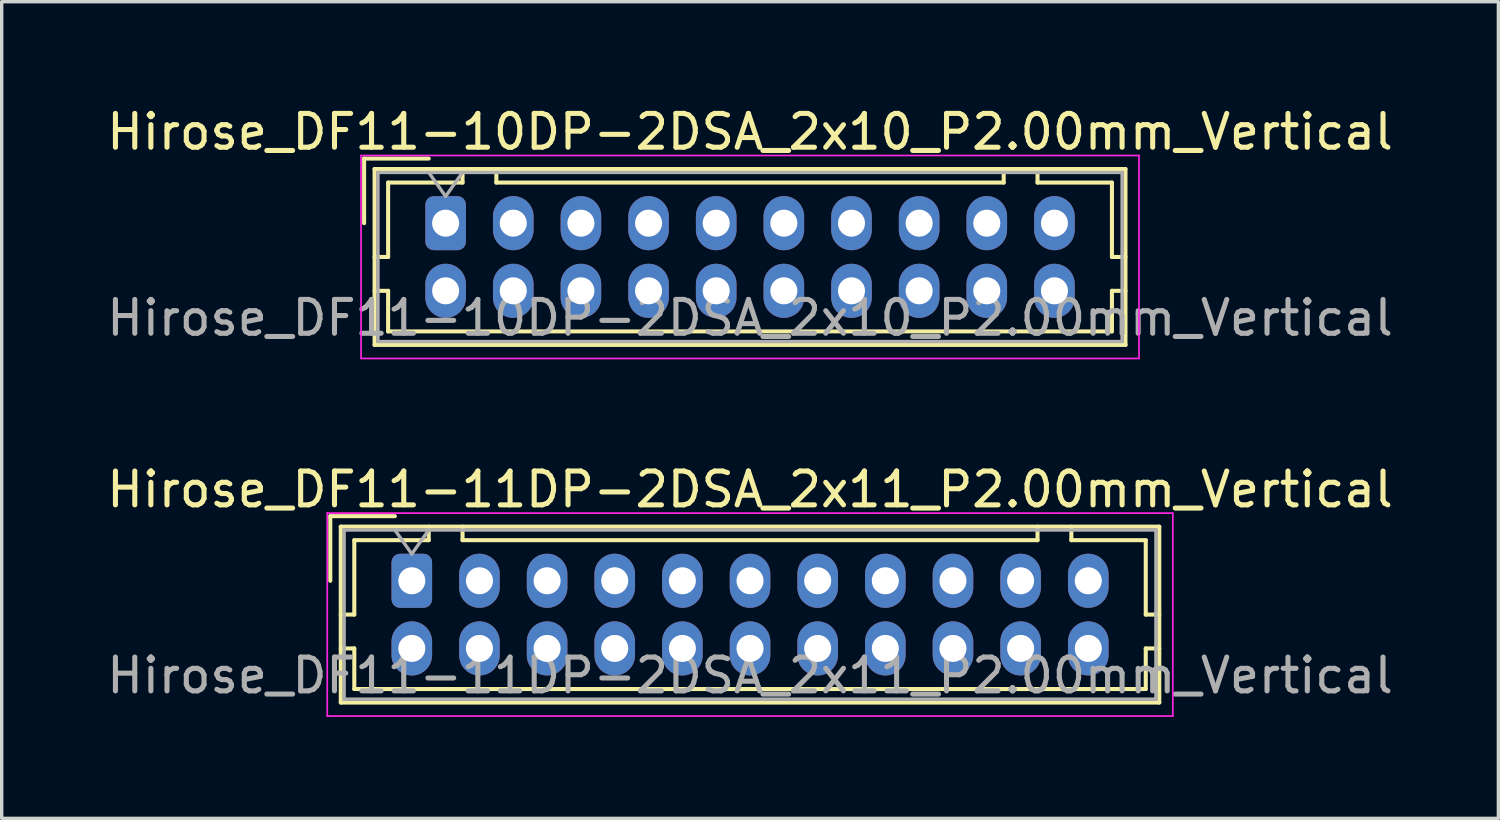
<source format=kicad_pcb>
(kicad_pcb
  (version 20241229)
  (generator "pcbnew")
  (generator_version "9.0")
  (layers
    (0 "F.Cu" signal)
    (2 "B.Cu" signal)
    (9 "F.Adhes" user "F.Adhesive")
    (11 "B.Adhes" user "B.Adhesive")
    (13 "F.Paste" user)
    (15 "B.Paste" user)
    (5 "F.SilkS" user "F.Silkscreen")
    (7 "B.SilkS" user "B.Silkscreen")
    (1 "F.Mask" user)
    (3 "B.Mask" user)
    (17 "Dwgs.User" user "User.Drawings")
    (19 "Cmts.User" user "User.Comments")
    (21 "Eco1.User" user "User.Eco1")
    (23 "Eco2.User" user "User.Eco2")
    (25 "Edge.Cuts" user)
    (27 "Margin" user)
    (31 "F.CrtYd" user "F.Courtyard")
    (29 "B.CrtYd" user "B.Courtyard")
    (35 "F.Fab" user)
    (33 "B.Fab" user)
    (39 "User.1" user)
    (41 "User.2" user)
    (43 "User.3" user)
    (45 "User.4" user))
  (footprint "Hirose_DF11-10DP-2DSA_2x10_P2.00mm_Vertical"
    (layer "F.Cu")
    (at 10.125 3.548)
    (property "Reference" "Hirose_DF11-10DP-2DSA_2x10_P2.00mm_Vertical" (at 9 -2.7 0) (layer "F.SilkS") (effects (font (size 1 1) (thickness 0.15))))
    (attr through_hole)
    (fp_line (start -2.41 -1.91) (end -0.5 -1.91) (stroke (width 0.12) (type solid)) (layer "F.SilkS"))
    (fp_line (start -2.41 0) (end -2.41 -1.91) (stroke (width 0.12) (type solid)) (layer "F.SilkS"))
    (fp_line (start -2.1 -1.6) (end -2.1 3.6) (stroke (width 0.12) (type solid)) (layer "F.SilkS"))
    (fp_line (start -2.1 1) (end -1.7 1) (stroke (width 0.12) (type solid)) (layer "F.SilkS"))
    (fp_line (start -2.1 2) (end -1.7 2) (stroke (width 0.12) (type solid)) (layer "F.SilkS"))
    (fp_line (start -2.1 3.6) (end 20.1 3.6) (stroke (width 0.12) (type solid)) (layer "F.SilkS"))
    (fp_line (start -1.7 -1.2) (end 0.5 -1.2) (stroke (width 0.12) (type solid)) (layer "F.SilkS"))
    (fp_line (start -1.7 1) (end -1.7 -1.2) (stroke (width 0.12) (type solid)) (layer "F.SilkS"))
    (fp_line (start -1.7 2) (end -1.7 3.2) (stroke (width 0.12) (type solid)) (layer "F.SilkS"))
    (fp_line (start -1.7 3.2) (end 19.7 3.2) (stroke (width 0.12) (type solid)) (layer "F.SilkS"))
    (fp_line (start 0.5 -1.2) (end 0.5 -1.6) (stroke (width 0.12) (type solid)) (layer "F.SilkS"))
    (fp_line (start 1.5 -1.6) (end 1.5 -1.2) (stroke (width 0.12) (type solid)) (layer "F.SilkS"))
    (fp_line (start 1.5 -1.2) (end 16.5 -1.2) (stroke (width 0.12) (type solid)) (layer "F.SilkS"))
    (fp_line (start 16.5 -1.2) (end 16.5 -1.6) (stroke (width 0.12) (type solid)) (layer "F.SilkS"))
    (fp_line (start 17.5 -1.2) (end 17.5 -1.6) (stroke (width 0.12) (type solid)) (layer "F.SilkS"))
    (fp_line (start 19.7 -1.2) (end 17.5 -1.2) (stroke (width 0.12) (type solid)) (layer "F.SilkS"))
    (fp_line (start 19.7 1) (end 19.7 -1.2) (stroke (width 0.12) (type solid)) (layer "F.SilkS"))
    (fp_line (start 19.7 2) (end 20.1 2) (stroke (width 0.12) (type solid)) (layer "F.SilkS"))
    (fp_line (start 19.7 3.2) (end 19.7 2) (stroke (width 0.12) (type solid)) (layer "F.SilkS"))
    (fp_line (start 20.1 -1.6) (end -2.1 -1.6) (stroke (width 0.12) (type solid)) (layer "F.SilkS"))
    (fp_line (start 20.1 1) (end 19.7 1) (stroke (width 0.12) (type solid)) (layer "F.SilkS"))
    (fp_line (start 20.1 3.6) (end 20.1 -1.6) (stroke (width 0.12) (type solid)) (layer "F.SilkS"))
    (fp_line (start -2.5 -2) (end -2.5 4) (stroke (width 0.05) (type solid)) (layer "F.CrtYd"))
    (fp_line (start -2.5 4) (end 20.5 4) (stroke (width 0.05) (type solid)) (layer "F.CrtYd"))
    (fp_line (start 20.5 -2) (end -2.5 -2) (stroke (width 0.05) (type solid)) (layer "F.CrtYd"))
    (fp_line (start 20.5 4) (end 20.5 -2) (stroke (width 0.05) (type solid)) (layer "F.CrtYd"))
    (fp_line (start -2 -1.5) (end -2 3.5) (stroke (width 0.1) (type solid)) (layer "F.Fab"))
    (fp_line (start -2 3.5) (end 20 3.5) (stroke (width 0.1) (type solid)) (layer "F.Fab"))
    (fp_line (start -0.5 -1.5) (end 0 -0.793) (stroke (width 0.1) (type solid)) (layer "F.Fab"))
    (fp_line (start 0 -0.793) (end 0.5 -1.5) (stroke (width 0.1) (type solid)) (layer "F.Fab"))
    (fp_line (start 20 -1.5) (end -2 -1.5) (stroke (width 0.1) (type solid)) (layer "F.Fab"))
    (fp_line (start 20 3.5) (end 20 -1.5) (stroke (width 0.1) (type solid)) (layer "F.Fab"))
    (fp_text user "${REFERENCE}" (at 9 2.8 0) (layer "F.Fab") (effects (font (size 1 1) (thickness 0.15))))
    (pad "1" thru_hole roundrect (at 0 0) (size 1.2 1.6) (drill 0.8) (layers "*.Cu" "*.Mask") (roundrect_rratio 0.208))
    (pad "2" thru_hole oval (at 0 2) (size 1.2 1.6) (drill 0.8) (layers "*.Cu" "*.Mask"))
    (pad "3" thru_hole oval (at 2 0) (size 1.2 1.6) (drill 0.8) (layers "*.Cu" "*.Mask"))
    (pad "4" thru_hole oval (at 2 2) (size 1.2 1.6) (drill 0.8) (layers "*.Cu" "*.Mask"))
    (pad "5" thru_hole oval (at 4 0) (size 1.2 1.6) (drill 0.8) (layers "*.Cu" "*.Mask"))
    (pad "6" thru_hole oval (at 4 2) (size 1.2 1.6) (drill 0.8) (layers "*.Cu" "*.Mask"))
    (pad "7" thru_hole oval (at 6 0) (size 1.2 1.6) (drill 0.8) (layers "*.Cu" "*.Mask"))
    (pad "8" thru_hole oval (at 6 2) (size 1.2 1.6) (drill 0.8) (layers "*.Cu" "*.Mask"))
    (pad "9" thru_hole oval (at 8 0) (size 1.2 1.6) (drill 0.8) (layers "*.Cu" "*.Mask"))
    (pad "10" thru_hole oval (at 8 2) (size 1.2 1.6) (drill 0.8) (layers "*.Cu" "*.Mask"))
    (pad "11" thru_hole oval (at 10 0) (size 1.2 1.6) (drill 0.8) (layers "*.Cu" "*.Mask"))
    (pad "12" thru_hole oval (at 10 2) (size 1.2 1.6) (drill 0.8) (layers "*.Cu" "*.Mask"))
    (pad "13" thru_hole oval (at 12 0) (size 1.2 1.6) (drill 0.8) (layers "*.Cu" "*.Mask"))
    (pad "14" thru_hole oval (at 12 2) (size 1.2 1.6) (drill 0.8) (layers "*.Cu" "*.Mask"))
    (pad "15" thru_hole oval (at 14 0) (size 1.2 1.6) (drill 0.8) (layers "*.Cu" "*.Mask"))
    (pad "16" thru_hole oval (at 14 2) (size 1.2 1.6) (drill 0.8) (layers "*.Cu" "*.Mask"))
    (pad "17" thru_hole oval (at 16 0) (size 1.2 1.6) (drill 0.8) (layers "*.Cu" "*.Mask"))
    (pad "18" thru_hole oval (at 16 2) (size 1.2 1.6) (drill 0.8) (layers "*.Cu" "*.Mask"))
    (pad "19" thru_hole oval (at 18 0) (size 1.2 1.6) (drill 0.8) (layers "*.Cu" "*.Mask"))
    (pad "20" thru_hole oval (at 18 2) (size 1.2 1.6) (drill 0.8) (layers "*.Cu" "*.Mask")))
  (footprint "Hirose_DF11-11DP-2DSA_2x11_P2.00mm_Vertical"
    (layer "F.Cu")
    (at 9.125 14.121)
    (property "Reference" "Hirose_DF11-11DP-2DSA_2x11_P2.00mm_Vertical" (at 10 -2.7 0) (layer "F.SilkS") (effects (font (size 1 1) (thickness 0.15))))
    (attr through_hole)
    (fp_line (start -2.41 -1.91) (end -0.5 -1.91) (stroke (width 0.12) (type solid)) (layer "F.SilkS"))
    (fp_line (start -2.41 0) (end -2.41 -1.91) (stroke (width 0.12) (type solid)) (layer "F.SilkS"))
    (fp_line (start -2.1 -1.6) (end -2.1 3.6) (stroke (width 0.12) (type solid)) (layer "F.SilkS"))
    (fp_line (start -2.1 1) (end -1.7 1) (stroke (width 0.12) (type solid)) (layer "F.SilkS"))
    (fp_line (start -2.1 2) (end -1.7 2) (stroke (width 0.12) (type solid)) (layer "F.SilkS"))
    (fp_line (start -2.1 3.6) (end 22.1 3.6) (stroke (width 0.12) (type solid)) (layer "F.SilkS"))
    (fp_line (start -1.7 -1.2) (end 0.5 -1.2) (stroke (width 0.12) (type solid)) (layer "F.SilkS"))
    (fp_line (start -1.7 1) (end -1.7 -1.2) (stroke (width 0.12) (type solid)) (layer "F.SilkS"))
    (fp_line (start -1.7 2) (end -1.7 3.2) (stroke (width 0.12) (type solid)) (layer "F.SilkS"))
    (fp_line (start -1.7 3.2) (end 21.7 3.2) (stroke (width 0.12) (type solid)) (layer "F.SilkS"))
    (fp_line (start 0.5 -1.2) (end 0.5 -1.6) (stroke (width 0.12) (type solid)) (layer "F.SilkS"))
    (fp_line (start 1.5 -1.6) (end 1.5 -1.2) (stroke (width 0.12) (type solid)) (layer "F.SilkS"))
    (fp_line (start 1.5 -1.2) (end 18.5 -1.2) (stroke (width 0.12) (type solid)) (layer "F.SilkS"))
    (fp_line (start 18.5 -1.2) (end 18.5 -1.6) (stroke (width 0.12) (type solid)) (layer "F.SilkS"))
    (fp_line (start 19.5 -1.2) (end 19.5 -1.6) (stroke (width 0.12) (type solid)) (layer "F.SilkS"))
    (fp_line (start 21.7 -1.2) (end 19.5 -1.2) (stroke (width 0.12) (type solid)) (layer "F.SilkS"))
    (fp_line (start 21.7 1) (end 21.7 -1.2) (stroke (width 0.12) (type solid)) (layer "F.SilkS"))
    (fp_line (start 21.7 2) (end 22.1 2) (stroke (width 0.12) (type solid)) (layer "F.SilkS"))
    (fp_line (start 21.7 3.2) (end 21.7 2) (stroke (width 0.12) (type solid)) (layer "F.SilkS"))
    (fp_line (start 22.1 -1.6) (end -2.1 -1.6) (stroke (width 0.12) (type solid)) (layer "F.SilkS"))
    (fp_line (start 22.1 1) (end 21.7 1) (stroke (width 0.12) (type solid)) (layer "F.SilkS"))
    (fp_line (start 22.1 3.6) (end 22.1 -1.6) (stroke (width 0.12) (type solid)) (layer "F.SilkS"))
    (fp_line (start -2.5 -2) (end -2.5 4) (stroke (width 0.05) (type solid)) (layer "F.CrtYd"))
    (fp_line (start -2.5 4) (end 22.5 4) (stroke (width 0.05) (type solid)) (layer "F.CrtYd"))
    (fp_line (start 22.5 -2) (end -2.5 -2) (stroke (width 0.05) (type solid)) (layer "F.CrtYd"))
    (fp_line (start 22.5 4) (end 22.5 -2) (stroke (width 0.05) (type solid)) (layer "F.CrtYd"))
    (fp_line (start -2 -1.5) (end -2 3.5) (stroke (width 0.1) (type solid)) (layer "F.Fab"))
    (fp_line (start -2 3.5) (end 22 3.5) (stroke (width 0.1) (type solid)) (layer "F.Fab"))
    (fp_line (start -0.5 -1.5) (end 0 -0.793) (stroke (width 0.1) (type solid)) (layer "F.Fab"))
    (fp_line (start 0 -0.793) (end 0.5 -1.5) (stroke (width 0.1) (type solid)) (layer "F.Fab"))
    (fp_line (start 22 -1.5) (end -2 -1.5) (stroke (width 0.1) (type solid)) (layer "F.Fab"))
    (fp_line (start 22 3.5) (end 22 -1.5) (stroke (width 0.1) (type solid)) (layer "F.Fab"))
    (fp_text user "${REFERENCE}" (at 10 2.8 0) (layer "F.Fab") (effects (font (size 1 1) (thickness 0.15))))
    (pad "1" thru_hole roundrect (at 0 0) (size 1.2 1.6) (drill 0.8) (layers "*.Cu" "*.Mask") (roundrect_rratio 0.208))
    (pad "2" thru_hole oval (at 0 2) (size 1.2 1.6) (drill 0.8) (layers "*.Cu" "*.Mask"))
    (pad "3" thru_hole oval (at 2 0) (size 1.2 1.6) (drill 0.8) (layers "*.Cu" "*.Mask"))
    (pad "4" thru_hole oval (at 2 2) (size 1.2 1.6) (drill 0.8) (layers "*.Cu" "*.Mask"))
    (pad "5" thru_hole oval (at 4 0) (size 1.2 1.6) (drill 0.8) (layers "*.Cu" "*.Mask"))
    (pad "6" thru_hole oval (at 4 2) (size 1.2 1.6) (drill 0.8) (layers "*.Cu" "*.Mask"))
    (pad "7" thru_hole oval (at 6 0) (size 1.2 1.6) (drill 0.8) (layers "*.Cu" "*.Mask"))
    (pad "8" thru_hole oval (at 6 2) (size 1.2 1.6) (drill 0.8) (layers "*.Cu" "*.Mask"))
    (pad "9" thru_hole oval (at 8 0) (size 1.2 1.6) (drill 0.8) (layers "*.Cu" "*.Mask"))
    (pad "10" thru_hole oval (at 8 2) (size 1.2 1.6) (drill 0.8) (layers "*.Cu" "*.Mask"))
    (pad "11" thru_hole oval (at 10 0) (size 1.2 1.6) (drill 0.8) (layers "*.Cu" "*.Mask"))
    (pad "12" thru_hole oval (at 10 2) (size 1.2 1.6) (drill 0.8) (layers "*.Cu" "*.Mask"))
    (pad "13" thru_hole oval (at 12 0) (size 1.2 1.6) (drill 0.8) (layers "*.Cu" "*.Mask"))
    (pad "14" thru_hole oval (at 12 2) (size 1.2 1.6) (drill 0.8) (layers "*.Cu" "*.Mask"))
    (pad "15" thru_hole oval (at 14 0) (size 1.2 1.6) (drill 0.8) (layers "*.Cu" "*.Mask"))
    (pad "16" thru_hole oval (at 14 2) (size 1.2 1.6) (drill 0.8) (layers "*.Cu" "*.Mask"))
    (pad "17" thru_hole oval (at 16 0) (size 1.2 1.6) (drill 0.8) (layers "*.Cu" "*.Mask"))
    (pad "18" thru_hole oval (at 16 2) (size 1.2 1.6) (drill 0.8) (layers "*.Cu" "*.Mask"))
    (pad "19" thru_hole oval (at 18 0) (size 1.2 1.6) (drill 0.8) (layers "*.Cu" "*.Mask"))
    (pad "20" thru_hole oval (at 18 2) (size 1.2 1.6) (drill 0.8) (layers "*.Cu" "*.Mask"))
    (pad "21" thru_hole oval (at 20 0) (size 1.2 1.6) (drill 0.8) (layers "*.Cu" "*.Mask"))
    (pad "22" thru_hole oval (at 20 2) (size 1.2 1.6) (drill 0.8) (layers "*.Cu" "*.Mask")))
  (gr_rect
    (start -3 -3)
    (end 41.25 21.146)
    (stroke (width 0.1) (type default))
    (fill no)
    (layer "Edge.Cuts")))
</source>
